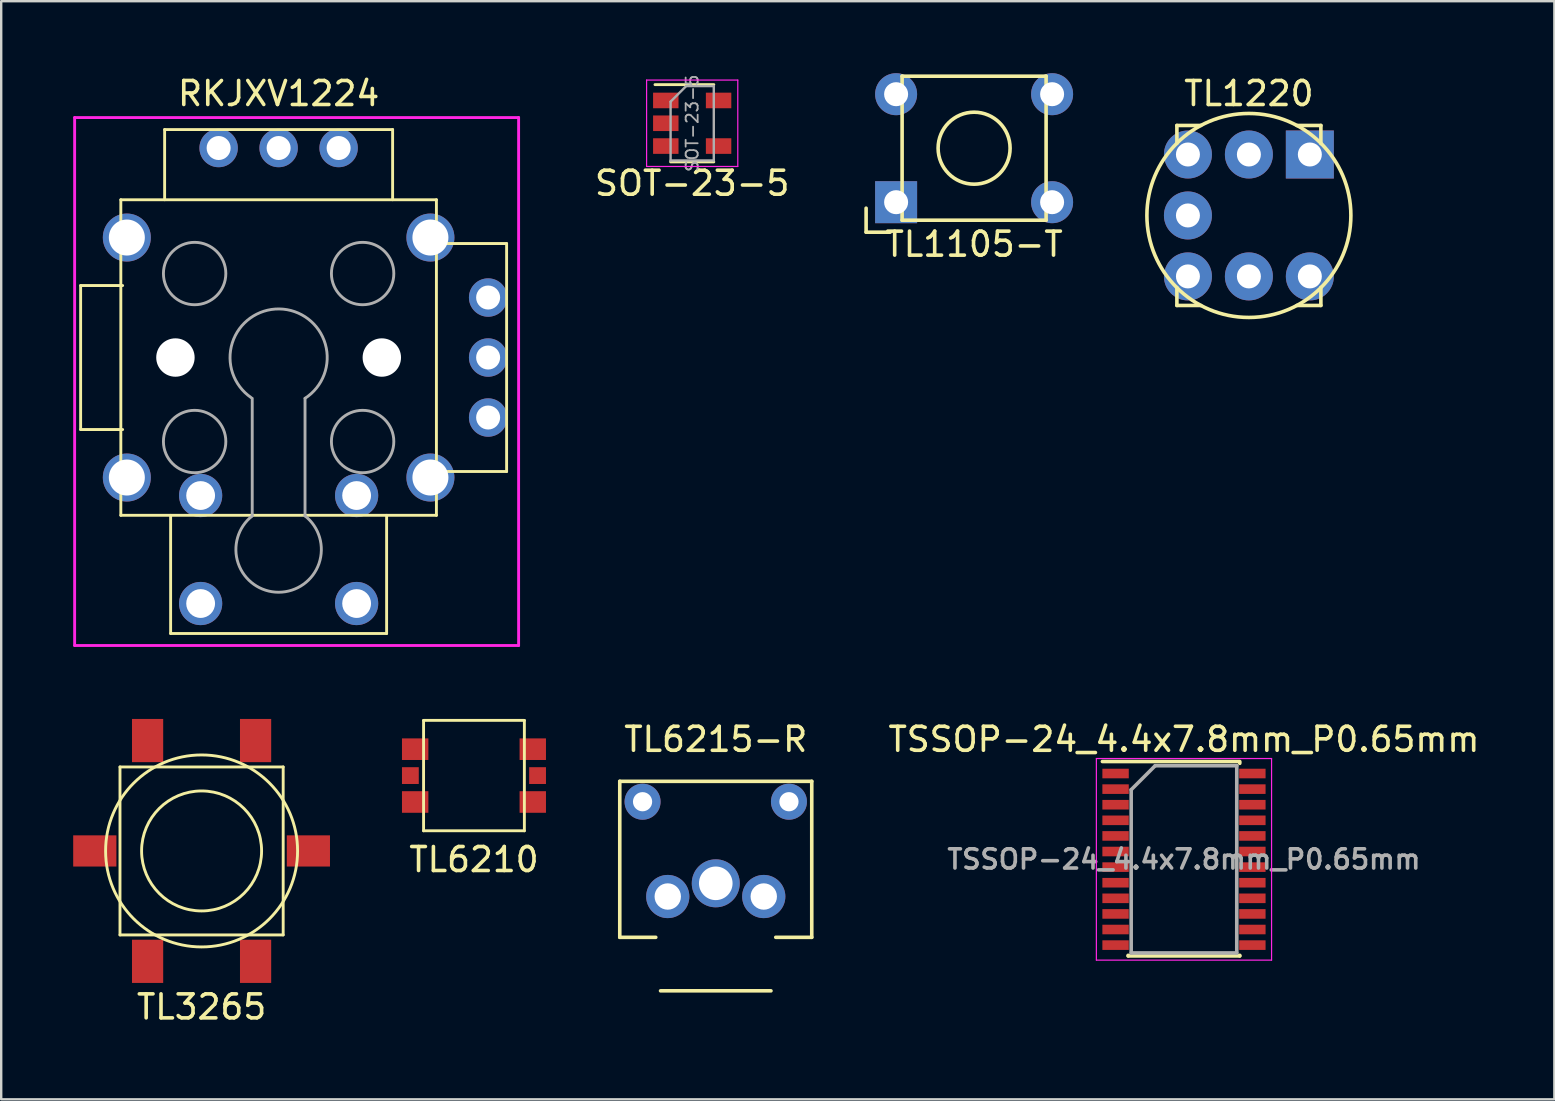
<source format=kicad_pcb>
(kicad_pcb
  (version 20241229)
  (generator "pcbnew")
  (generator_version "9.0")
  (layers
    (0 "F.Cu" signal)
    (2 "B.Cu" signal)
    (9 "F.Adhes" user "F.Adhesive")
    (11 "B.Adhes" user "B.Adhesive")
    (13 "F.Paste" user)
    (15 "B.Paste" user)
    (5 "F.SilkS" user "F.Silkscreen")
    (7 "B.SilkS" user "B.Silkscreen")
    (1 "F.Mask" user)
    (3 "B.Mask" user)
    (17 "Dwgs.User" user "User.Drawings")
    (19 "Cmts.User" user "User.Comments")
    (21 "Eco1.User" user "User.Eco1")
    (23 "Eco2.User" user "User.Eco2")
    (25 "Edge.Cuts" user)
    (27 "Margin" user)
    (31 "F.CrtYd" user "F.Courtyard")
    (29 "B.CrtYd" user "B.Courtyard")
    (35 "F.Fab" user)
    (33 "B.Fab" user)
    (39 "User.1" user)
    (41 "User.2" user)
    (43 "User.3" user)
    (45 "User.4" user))
  (footprint "RKJXV1224"
    (layer "F.Cu")
    (at 8.56 11.848)
    (property "Reference" "RKJXV1224" (at 0 -11 0) (layer "F.SilkS") (effects (font (size 1 1) (thickness 0.15))))
    (attr through_hole)
    (fp_line (start -8.25 -3) (end -8.25 3) (stroke (width 0.12) (type solid)) (layer "F.SilkS"))
    (fp_line (start -8.25 3) (end -6.5 3) (stroke (width 0.12) (type solid)) (layer "F.SilkS"))
    (fp_line (start -6.575 -6.575) (end 6.575 -6.575) (stroke (width 0.12) (type solid)) (layer "F.SilkS"))
    (fp_line (start -6.575 6.575) (end -6.575 -6.575) (stroke (width 0.12) (type solid)) (layer "F.SilkS"))
    (fp_line (start -6.5 -3) (end -8.25 -3) (stroke (width 0.12) (type solid)) (layer "F.SilkS"))
    (fp_line (start -4.75 -9.5) (end -4.75 -6.575) (stroke (width 0.12) (type solid)) (layer "F.SilkS"))
    (fp_line (start -4.75 -9.5) (end 4.75 -9.5) (stroke (width 0.12) (type solid)) (layer "F.SilkS"))
    (fp_line (start -4.5 11.5) (end -4.5 6.575) (stroke (width 0.12) (type solid)) (layer "F.SilkS"))
    (fp_line (start 4.5 11.5) (end -4.5 11.5) (stroke (width 0.12) (type solid)) (layer "F.SilkS"))
    (fp_line (start 4.5 11.5) (end 4.5 6.575) (stroke (width 0.12) (type solid)) (layer "F.SilkS"))
    (fp_line (start 4.75 -9.5) (end 4.75 -6.575) (stroke (width 0.12) (type solid)) (layer "F.SilkS"))
    (fp_line (start 6.575 -6.575) (end 6.575 6.575) (stroke (width 0.12) (type solid)) (layer "F.SilkS"))
    (fp_line (start 6.575 -4.75) (end 9.5 -4.75) (stroke (width 0.12) (type solid)) (layer "F.SilkS"))
    (fp_line (start 6.575 6.575) (end -6.575 6.575) (stroke (width 0.12) (type solid)) (layer "F.SilkS"))
    (fp_line (start 9.5 -4.75) (end 9.5 4.75) (stroke (width 0.12) (type solid)) (layer "F.SilkS"))
    (fp_line (start 9.5 4.75) (end 6.575 4.75) (stroke (width 0.12) (type solid)) (layer "F.SilkS"))
    (fp_line (start -8.5 -10) (end 10 -10) (stroke (width 0.12) (type solid)) (layer "F.CrtYd"))
    (fp_line (start -8.5 12) (end -8.5 -10) (stroke (width 0.12) (type solid)) (layer "F.CrtYd"))
    (fp_line (start 10 -10) (end 10 12) (stroke (width 0.12) (type solid)) (layer "F.CrtYd"))
    (fp_line (start 10 12) (end -8.5 12) (stroke (width 0.12) (type solid)) (layer "F.CrtYd"))
    (fp_line (start -1.1 1.7) (end -1.1 6.6) (stroke (width 0.12) (type solid)) (layer "F.Fab"))
    (fp_line (start 1.1 1.7) (end 1.1 6.6) (stroke (width 0.12) (type solid)) (layer "F.Fab"))
    (fp_arc (start -1.146732 1.668832) (mid 0.028086 -2.02465) (end 1.099999 1.699999) (stroke (width 0.12) (type solid)) (layer "F.Fab"))
    (fp_arc (start 1.099646 6.599724) (mid 0.000224 9.780448) (end -1.099999 6.600001) (stroke (width 0.12) (type solid)) (layer "F.Fab"))
    (fp_circle (center -3.5 -3.5) (end -2.2 -3.5) (stroke (width 0.12) (type solid)) (fill no) (layer "F.Fab"))
    (fp_circle (center -3.5 3.5) (end -2.2 3.5) (stroke (width 0.12) (type solid)) (fill no) (layer "F.Fab"))
    (fp_circle (center 3.5 -3.5) (end 4.8 -3.5) (stroke (width 0.12) (type solid)) (fill no) (layer "F.Fab"))
    (fp_circle (center 3.5 3.5) (end 4.8 3.5) (stroke (width 0.12) (type solid)) (fill no) (layer "F.Fab"))
    (pad "" thru_hole circle (at -6.325 -5) (size 2 2) (drill 1.5) (layers "*.Cu" "*.Mask"))
    (pad "" thru_hole circle (at -6.325 5) (size 2 2) (drill 1.5) (layers "*.Cu" "*.Mask"))
    (pad "" np_thru_hole circle (at -4.3 0) (size 1.6 1.6) (drill 1.6) (layers "*.Cu" "*.Mask"))
    (pad "" np_thru_hole circle (at 4.3 0) (size 1.6 1.6) (drill 1.6) (layers "*.Cu" "*.Mask"))
    (pad "" thru_hole circle (at 6.325 -5) (size 2 2) (drill 1.5) (layers "*.Cu" "*.Mask"))
    (pad "" thru_hole circle (at 6.325 5) (size 2 2) (drill 1.5) (layers "*.Cu" "*.Mask"))
    (pad "1" thru_hole circle (at 8.73 2.5) (size 1.6 1.6) (drill 1) (layers "*.Cu" "*.Mask"))
    (pad "2" thru_hole circle (at 8.73 0) (size 1.6 1.6) (drill 1) (layers "*.Cu" "*.Mask"))
    (pad "3" thru_hole circle (at 8.73 -2.5) (size 1.6 1.6) (drill 1) (layers "*.Cu" "*.Mask"))
    (pad "4" thru_hole circle (at 2.5 -8.73) (size 1.6 1.6) (drill 1) (layers "*.Cu" "*.Mask"))
    (pad "5" thru_hole circle (at 0 -8.73) (size 1.6 1.6) (drill 1) (layers "*.Cu" "*.Mask"))
    (pad "6" thru_hole circle (at -3.25 5.75) (size 1.8 1.8) (drill 1.2) (layers "*.Cu" "*.Mask"))
    (pad "6" thru_hole circle (at -2.5 -8.73) (size 1.6 1.6) (drill 1) (layers "*.Cu" "*.Mask"))
    (pad "7" thru_hole circle (at -3.25 10.25) (size 1.8 1.8) (drill 1.2) (layers "*.Cu" "*.Mask"))
    (pad "8" thru_hole circle (at 3.25 5.75) (size 1.8 1.8) (drill 1.2) (layers "*.Cu" "*.Mask"))
    (pad "9" thru_hole circle (at 3.25 10.25) (size 1.8 1.8) (drill 1.2) (layers "*.Cu" "*.Mask")))
  (footprint "TL3265"
    (layer "F.Cu")
    (at 5.35 32.408)
    (property "Reference" "TL3265" (at 0 6.5 0) (layer "F.SilkS") (effects (font (size 1 1) (thickness 0.15))))
    (attr smd)
    (fp_line (start -3.4 -3.5) (end -3.4 3.5) (stroke (width 0.12) (type solid)) (layer "F.SilkS"))
    (fp_line (start -3.4 -3.5) (end 3.4 -3.5) (stroke (width 0.12) (type solid)) (layer "F.SilkS"))
    (fp_line (start -3.4 3.5) (end 3.4 3.5) (stroke (width 0.12) (type solid)) (layer "F.SilkS"))
    (fp_line (start 3.4 -3.5) (end 3.4 3.5) (stroke (width 0.12) (type solid)) (layer "F.SilkS"))
    (fp_circle (center 0 0) (end -2.5 0) (stroke (width 0.12) (type solid)) (fill no) (layer "F.SilkS"))
    (fp_circle (center 0 0) (end 0 -4) (stroke (width 0.12) (type solid)) (fill no) (layer "F.SilkS"))
    (pad "1" smd rect (at 2.25 -4.6) (size 1.3 1.8) (layers "F.Cu" "F.Mask" "F.Paste"))
    (pad "2" smd rect (at 2.25 4.6) (size 1.3 1.8) (layers "F.Cu" "F.Mask" "F.Paste"))
    (pad "3" smd rect (at -2.25 -4.6) (size 1.3 1.8) (layers "F.Cu" "F.Mask" "F.Paste"))
    (pad "4" smd rect (at -2.25 4.6) (size 1.3 1.8) (layers "F.Cu" "F.Mask" "F.Paste"))
    (pad "5" smd rect (at 4.45 0 90) (size 1.3 1.8) (layers "F.Cu" "F.Mask" "F.Paste"))
    (pad "6" smd rect (at -4.45 0 90) (size 1.3 1.8) (layers "F.Cu" "F.Mask" "F.Paste")))
  (footprint "TSSOP-24_4.4x7.8mm_P0.65mm"
    (layer "F.Cu")
    (at 46.285 32.757)
    (property "Reference" "TSSOP-24_4.4x7.8mm_P0.65mm" (at 0 -5 180) (layer "F.SilkS") (effects (font (size 1 1) (thickness 0.15))))
    (attr smd)
    (fp_line (start -3.4 -4.075) (end 2.325 -4.075) (stroke (width 0.15) (type solid)) (layer "F.SilkS"))
    (fp_line (start -2.325 4.025) (end -2.325 4) (stroke (width 0.15) (type solid)) (layer "F.SilkS"))
    (fp_line (start -2.325 4.025) (end 2.325 4.025) (stroke (width 0.15) (type solid)) (layer "F.SilkS"))
    (fp_line (start 2.325 -4.025) (end 2.325 -4) (stroke (width 0.15) (type solid)) (layer "F.SilkS"))
    (fp_line (start 2.325 4.025) (end 2.325 4) (stroke (width 0.15) (type solid)) (layer "F.SilkS"))
    (fp_line (start -3.65 -4.2) (end -3.65 4.2) (stroke (width 0.05) (type solid)) (layer "F.CrtYd"))
    (fp_line (start -3.65 -4.2) (end 3.65 -4.2) (stroke (width 0.05) (type solid)) (layer "F.CrtYd"))
    (fp_line (start -3.65 4.2) (end 3.65 4.2) (stroke (width 0.05) (type solid)) (layer "F.CrtYd"))
    (fp_line (start 3.65 -4.2) (end 3.65 4.2) (stroke (width 0.05) (type solid)) (layer "F.CrtYd"))
    (fp_line (start -2.2 -2.9) (end -1.2 -3.9) (stroke (width 0.15) (type solid)) (layer "F.Fab"))
    (fp_line (start -2.2 3.9) (end -2.2 -2.9) (stroke (width 0.15) (type solid)) (layer "F.Fab"))
    (fp_line (start -1.2 -3.9) (end 2.2 -3.9) (stroke (width 0.15) (type solid)) (layer "F.Fab"))
    (fp_line (start 2.2 -3.9) (end 2.2 3.9) (stroke (width 0.15) (type solid)) (layer "F.Fab"))
    (fp_line (start 2.2 3.9) (end -2.2 3.9) (stroke (width 0.15) (type solid)) (layer "F.Fab"))
    (fp_text user "${REFERENCE}" (at 0 0 180) (layer "F.Fab") (effects (font (size 0.8 0.8) (thickness 0.15))))
    (pad "1" smd rect (at -2.85 -3.575) (size 1.1 0.4) (layers "F.Cu" "F.Mask" "F.Paste"))
    (pad "2" smd rect (at -2.85 -2.925) (size 1.1 0.4) (layers "F.Cu" "F.Mask" "F.Paste"))
    (pad "3" smd rect (at -2.85 -2.275) (size 1.1 0.4) (layers "F.Cu" "F.Mask" "F.Paste"))
    (pad "4" smd rect (at -2.85 -1.625) (size 1.1 0.4) (layers "F.Cu" "F.Mask" "F.Paste"))
    (pad "5" smd rect (at -2.85 -0.975) (size 1.1 0.4) (layers "F.Cu" "F.Mask" "F.Paste"))
    (pad "6" smd rect (at -2.85 -0.325) (size 1.1 0.4) (layers "F.Cu" "F.Mask" "F.Paste"))
    (pad "7" smd rect (at -2.85 0.325) (size 1.1 0.4) (layers "F.Cu" "F.Mask" "F.Paste"))
    (pad "8" smd rect (at -2.85 0.975) (size 1.1 0.4) (layers "F.Cu" "F.Mask" "F.Paste"))
    (pad "9" smd rect (at -2.85 1.625) (size 1.1 0.4) (layers "F.Cu" "F.Mask" "F.Paste"))
    (pad "10" smd rect (at -2.85 2.275) (size 1.1 0.4) (layers "F.Cu" "F.Mask" "F.Paste"))
    (pad "11" smd rect (at -2.85 2.925) (size 1.1 0.4) (layers "F.Cu" "F.Mask" "F.Paste"))
    (pad "12" smd rect (at -2.85 3.575) (size 1.1 0.4) (layers "F.Cu" "F.Mask" "F.Paste"))
    (pad "13" smd rect (at 2.85 3.575) (size 1.1 0.4) (layers "F.Cu" "F.Mask" "F.Paste"))
    (pad "14" smd rect (at 2.85 2.925) (size 1.1 0.4) (layers "F.Cu" "F.Mask" "F.Paste"))
    (pad "15" smd rect (at 2.85 2.275) (size 1.1 0.4) (layers "F.Cu" "F.Mask" "F.Paste"))
    (pad "16" smd rect (at 2.85 1.625) (size 1.1 0.4) (layers "F.Cu" "F.Mask" "F.Paste"))
    (pad "17" smd rect (at 2.85 0.975) (size 1.1 0.4) (layers "F.Cu" "F.Mask" "F.Paste"))
    (pad "18" smd rect (at 2.85 0.325) (size 1.1 0.4) (layers "F.Cu" "F.Mask" "F.Paste"))
    (pad "19" smd rect (at 2.85 -0.325) (size 1.1 0.4) (layers "F.Cu" "F.Mask" "F.Paste"))
    (pad "20" smd rect (at 2.85 -0.975) (size 1.1 0.4) (layers "F.Cu" "F.Mask" "F.Paste"))
    (pad "21" smd rect (at 2.85 -1.625) (size 1.1 0.4) (layers "F.Cu" "F.Mask" "F.Paste"))
    (pad "22" smd rect (at 2.85 -2.275) (size 1.1 0.4) (layers "F.Cu" "F.Mask" "F.Paste"))
    (pad "23" smd rect (at 2.85 -2.925) (size 1.1 0.4) (layers "F.Cu" "F.Mask" "F.Paste"))
    (pad "24" smd rect (at 2.85 -3.575) (size 1.1 0.4) (layers "F.Cu" "F.Mask" "F.Paste")))
  (footprint "TL6215-R"
    (layer "F.Cu")
    (at 26.775 33.757)
    (property "Reference" "TL6215-R" (at 0 -6 0) (layer "F.SilkS") (effects (font (size 1 1) (thickness 0.15))))
    (attr through_hole)
    (fp_line (start -4 -4.25) (end -4 2.25) (stroke (width 0.15) (type solid)) (layer "F.SilkS"))
    (fp_line (start -4 -4.25) (end 4 -4.25) (stroke (width 0.15) (type solid)) (layer "F.SilkS"))
    (fp_line (start -4 2.25) (end -2.5 2.25) (stroke (width 0.15) (type solid)) (layer "F.SilkS"))
    (fp_line (start -2.3 4.48) (end 2.3 4.48) (stroke (width 0.15) (type solid)) (layer "F.SilkS"))
    (fp_line (start 4 -4.25) (end 4 2.25) (stroke (width 0.15) (type solid)) (layer "F.SilkS"))
    (fp_line (start 4 2.25) (end 2.5 2.25) (stroke (width 0.15) (type solid)) (layer "F.SilkS"))
    (pad "" np_thru_hole circle (at 0 0) (size 2 2) (drill 1.4) (layers "*.Cu" "*.Mask"))
    (pad "1" thru_hole circle (at -2 0.55) (size 1.8 1.8) (drill 1.1) (layers "*.Cu" "*.Mask"))
    (pad "2" thru_hole circle (at 2 0.55) (size 1.8 1.8) (drill 1.1) (layers "*.Cu" "*.Mask"))
    (pad "3" thru_hole circle (at -3.05 -3.4) (size 1.5 1.5) (drill 0.8) (layers "*.Cu" "*.Mask"))
    (pad "4" thru_hole circle (at 3.05 -3.4) (size 1.5 1.5) (drill 0.8) (layers "*.Cu" "*.Mask")))
  (footprint "TL6210"
    (layer "F.Cu")
    (at 16.7 29.268)
    (property "Reference" "TL6210" (at 0 3.5 0) (layer "F.SilkS") (effects (font (size 1 1) (thickness 0.15))))
    (attr smd)
    (fp_line (start -2.1 -2.3) (end 2.1 -2.3) (stroke (width 0.12) (type solid)) (layer "F.SilkS"))
    (fp_line (start -2.1 2.3) (end -2.1 -2.3) (stroke (width 0.12) (type solid)) (layer "F.SilkS"))
    (fp_line (start -2.1 2.3) (end 2.1 2.3) (stroke (width 0.12) (type solid)) (layer "F.SilkS"))
    (fp_line (start 2.1 2.3) (end 2.1 -2.3) (stroke (width 0.12) (type solid)) (layer "F.SilkS"))
    (pad "1" smd rect (at -2.45 -1.1) (size 1.1 0.9) (layers "F.Cu" "F.Mask" "F.Paste"))
    (pad "2" smd rect (at 2.45 -1.1) (size 1.1 0.9) (layers "F.Cu" "F.Mask" "F.Paste"))
    (pad "3" smd rect (at -2.45 1.1) (size 1.1 0.9) (layers "F.Cu" "F.Mask" "F.Paste"))
    (pad "4" smd rect (at 2.45 1.1) (size 1.1 0.9) (layers "F.Cu" "F.Mask" "F.Paste"))
    (pad "5" smd rect (at 2.65 0 90) (size 0.7 0.7) (layers "F.Cu" "F.Mask" "F.Paste"))
    (pad "6" smd rect (at -2.65 0 90) (size 0.7 0.7) (layers "F.Cu" "F.Mask" "F.Paste")))
  (footprint "TL1220"
    (layer "F.Cu")
    (at 48.99 5.928)
    (property "Reference" "TL1220" (at 0 -5.08 0) (layer "F.SilkS") (effects (font (size 1 1) (thickness 0.15))))
    (attr through_hole)
    (fp_line (start -3 -3.75) (end -3 -3) (stroke (width 0.15) (type solid)) (layer "F.SilkS"))
    (fp_line (start -3 -3.75) (end -2 -3.75) (stroke (width 0.15) (type solid)) (layer "F.SilkS"))
    (fp_line (start -3 3) (end -3 3.75) (stroke (width 0.15) (type solid)) (layer "F.SilkS"))
    (fp_line (start -3 3.75) (end -2 3.75) (stroke (width 0.15) (type solid)) (layer "F.SilkS"))
    (fp_line (start 2 -3.75) (end 3 -3.75) (stroke (width 0.15) (type solid)) (layer "F.SilkS"))
    (fp_line (start 3 -3.75) (end 3 -3) (stroke (width 0.15) (type solid)) (layer "F.SilkS"))
    (fp_line (start 3 3) (end 3 3.75) (stroke (width 0.15) (type solid)) (layer "F.SilkS"))
    (fp_line (start 3 3.75) (end 2 3.75) (stroke (width 0.15) (type solid)) (layer "F.SilkS"))
    (fp_circle (center 0 0) (end 0 -4.25) (stroke (width 0.15) (type solid)) (fill no) (layer "F.SilkS"))
    (pad "" np_thru_hole circle (at -2.54 0) (size 2 2) (drill 1) (layers "*.Cu" "*.Mask"))
    (pad "1" thru_hole rect (at 2.54 -2.54) (size 2 2) (drill 1) (layers "*.Cu" "*.Mask"))
    (pad "2" thru_hole circle (at 2.54 2.54) (size 2 2) (drill 1) (layers "*.Cu" "*.Mask"))
    (pad "3" thru_hole circle (at -2.54 -2.54) (size 2 2) (drill 1) (layers "*.Cu" "*.Mask"))
    (pad "4" thru_hole circle (at -2.54 2.54) (size 2 2) (drill 1) (layers "*.Cu" "*.Mask"))
    (pad "5" thru_hole circle (at 0 -2.54) (size 2 2) (drill 1) (layers "*.Cu" "*.Mask"))
    (pad "6" thru_hole circle (at 0 2.54) (size 2 2) (drill 1) (layers "*.Cu" "*.Mask")))
  (footprint "TL1105-T"
    (layer "F.Cu")
    (at 37.54 3.125)
    (property "Reference" "TL1105-T" (at 0 4 0) (layer "F.SilkS") (effects (font (size 1 1) (thickness 0.15))))
    (attr through_hole)
    (fp_line (start -4.5 2.5) (end -4.5 3.5) (stroke (width 0.15) (type solid)) (layer "F.SilkS"))
    (fp_line (start -4.5 3.5) (end -3.5 3.5) (stroke (width 0.15) (type solid)) (layer "F.SilkS"))
    (fp_line (start -3 -3) (end -3 3) (stroke (width 0.15) (type solid)) (layer "F.SilkS"))
    (fp_line (start -3 3) (end 3 3) (stroke (width 0.15) (type solid)) (layer "F.SilkS"))
    (fp_line (start 3 -3) (end -3 -3) (stroke (width 0.15) (type solid)) (layer "F.SilkS"))
    (fp_line (start 3 3) (end 3 -3) (stroke (width 0.15) (type solid)) (layer "F.SilkS"))
    (fp_circle (center 0 0) (end 0 -1.5) (stroke (width 0.15) (type solid)) (fill no) (layer "F.SilkS"))
    (pad "1" thru_hole rect (at -3.25 2.25) (size 1.75 1.75) (drill 1) (layers "*.Cu" "*.Mask"))
    (pad "2" thru_hole circle (at 3.25 2.25) (size 1.75 1.75) (drill 1) (layers "*.Cu" "*.Mask"))
    (pad "3" thru_hole circle (at -3.25 -2.25) (size 1.75 1.75) (drill 1) (layers "*.Cu" "*.Mask"))
    (pad "4" thru_hole circle (at 3.25 -2.25) (size 1.75 1.75) (drill 1) (layers "*.Cu" "*.Mask")))
  (footprint "SOT-23-5"
    (layer "F.Cu")
    (at 25.793 2.086)
    (property "Reference" "SOT-23-5" (at 0 2.5 0) (layer "F.SilkS") (effects (font (size 1 1) (thickness 0.15))))
    (attr smd)
    (fp_line (start -0.9 1.61) (end 0.9 1.61) (stroke (width 0.12) (type solid)) (layer "F.SilkS"))
    (fp_line (start 0.9 -1.61) (end -1.55 -1.61) (stroke (width 0.12) (type solid)) (layer "F.SilkS"))
    (fp_line (start -1.9 -1.8) (end 1.9 -1.8) (stroke (width 0.05) (type solid)) (layer "F.CrtYd"))
    (fp_line (start -1.9 1.8) (end -1.9 -1.8) (stroke (width 0.05) (type solid)) (layer "F.CrtYd"))
    (fp_line (start 1.9 -1.8) (end 1.9 1.8) (stroke (width 0.05) (type solid)) (layer "F.CrtYd"))
    (fp_line (start 1.9 1.8) (end -1.9 1.8) (stroke (width 0.05) (type solid)) (layer "F.CrtYd"))
    (fp_line (start -0.9 -0.9) (end -0.9 1.55) (stroke (width 0.1) (type solid)) (layer "F.Fab"))
    (fp_line (start -0.9 -0.9) (end -0.25 -1.55) (stroke (width 0.1) (type solid)) (layer "F.Fab"))
    (fp_line (start 0.9 -1.55) (end -0.25 -1.55) (stroke (width 0.1) (type solid)) (layer "F.Fab"))
    (fp_line (start 0.9 -1.55) (end 0.9 1.55) (stroke (width 0.1) (type solid)) (layer "F.Fab"))
    (fp_line (start 0.9 1.55) (end -0.9 1.55) (stroke (width 0.1) (type solid)) (layer "F.Fab"))
    (fp_text user "${REFERENCE}" (at 0 0 90) (layer "F.Fab") (effects (font (size 0.5 0.5) (thickness 0.075))))
    (pad "1" smd rect (at -1.1 -0.95) (size 1.06 0.65) (layers "F.Cu" "F.Mask" "F.Paste"))
    (pad "2" smd rect (at -1.1 0) (size 1.06 0.65) (layers "F.Cu" "F.Mask" "F.Paste"))
    (pad "3" smd rect (at -1.1 0.95) (size 1.06 0.65) (layers "F.Cu" "F.Mask" "F.Paste"))
    (pad "4" smd rect (at 1.1 0.95) (size 1.06 0.65) (layers "F.Cu" "F.Mask" "F.Paste"))
    (pad "5" smd rect (at 1.1 -0.95) (size 1.06 0.65) (layers "F.Cu" "F.Mask" "F.Paste")))
  (gr_rect
    (start -3 -3)
    (end 61.719 42.757)
    (stroke (width 0.1) (type default))
    (fill no)
    (layer "Edge.Cuts")))
</source>
